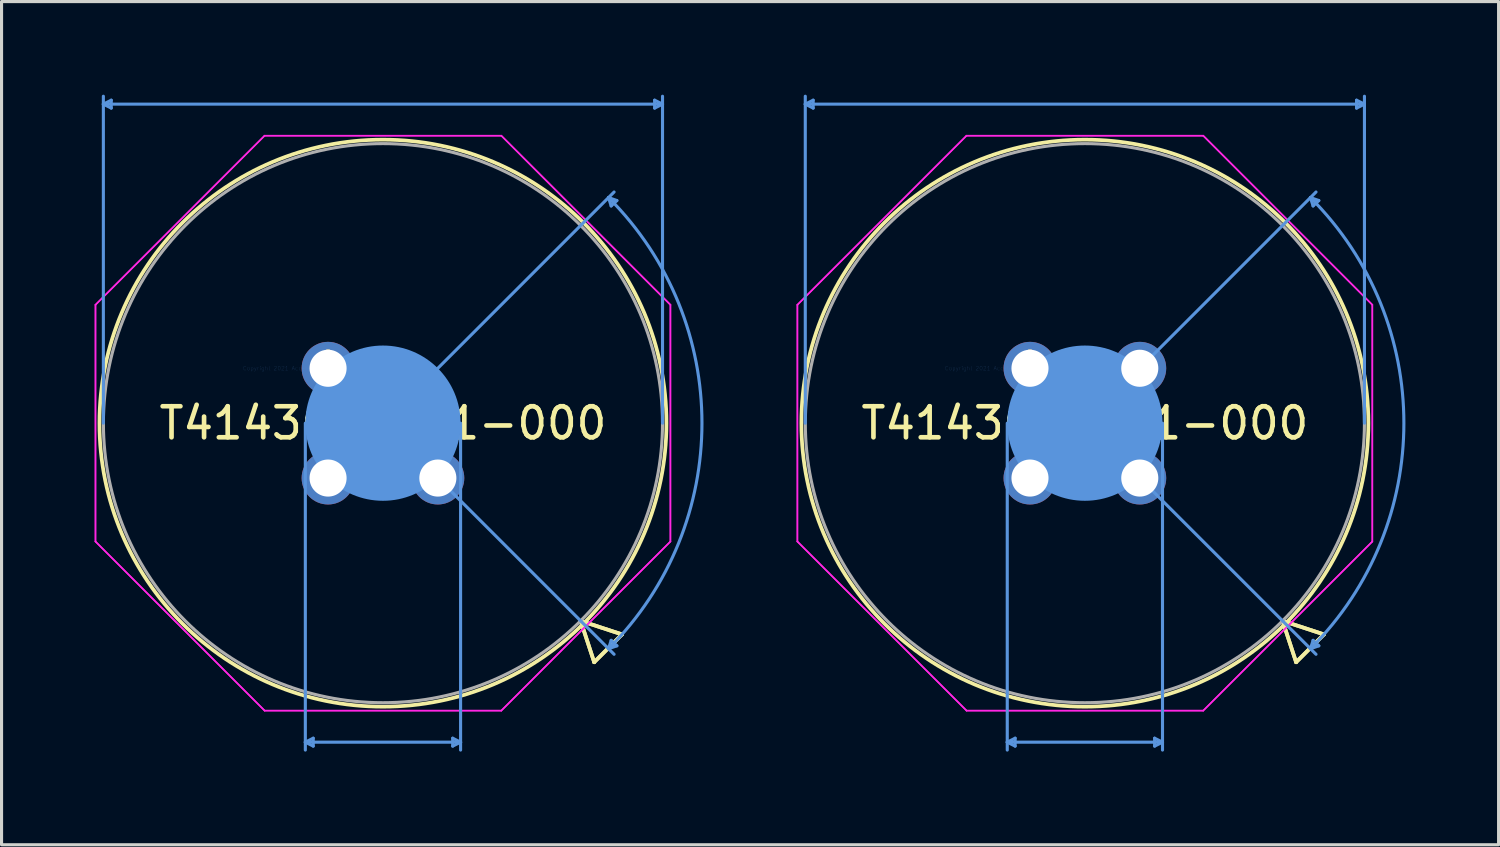
<source format=kicad_pcb>
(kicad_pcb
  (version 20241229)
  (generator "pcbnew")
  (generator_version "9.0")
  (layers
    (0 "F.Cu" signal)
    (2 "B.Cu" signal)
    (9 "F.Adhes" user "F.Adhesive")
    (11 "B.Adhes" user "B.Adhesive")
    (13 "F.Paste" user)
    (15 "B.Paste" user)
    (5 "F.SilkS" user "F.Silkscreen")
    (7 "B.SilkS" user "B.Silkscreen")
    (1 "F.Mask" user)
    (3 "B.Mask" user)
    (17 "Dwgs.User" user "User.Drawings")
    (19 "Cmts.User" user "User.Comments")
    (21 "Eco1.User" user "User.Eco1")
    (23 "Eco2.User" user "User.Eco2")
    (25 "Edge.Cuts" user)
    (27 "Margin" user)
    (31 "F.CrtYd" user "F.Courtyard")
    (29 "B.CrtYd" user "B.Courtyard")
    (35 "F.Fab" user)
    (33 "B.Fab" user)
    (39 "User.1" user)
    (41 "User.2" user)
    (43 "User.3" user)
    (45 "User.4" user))
  (footprint "T4143012031-000"
    (layer "F.Cu")
    (at 7.516 8.811)
    (property "Reference" "T4143012031-000" (at 1.768 1.768 0) (layer "F.SilkS") (effects (font (size 1 1) (thickness 0.15))))
    (attr through_hole)
    (fp_line (start 8.135 8.135) (end 9.467 8.571) (stroke (width 0.12) (type solid)) (layer "F.SilkS"))
    (fp_line (start 8.135 8.135) (end 9.467 8.571) (stroke (width 0.12) (type solid)) (layer "F.SilkS"))
    (fp_line (start 8.571 9.467) (end 8.135 8.135) (stroke (width 0.12) (type solid)) (layer "F.SilkS"))
    (fp_line (start 8.571 9.467) (end 8.135 8.135) (stroke (width 0.12) (type solid)) (layer "F.SilkS"))
    (fp_line (start 9.467 8.571) (end 8.571 9.467) (stroke (width 0.12) (type solid)) (layer "F.SilkS"))
    (fp_line (start 9.467 8.571) (end 8.571 9.467) (stroke (width 0.12) (type solid)) (layer "F.SilkS"))
    (fp_circle (center 1.768 1.768) (end 10.899 1.768) (stroke (width 0.12) (type solid)) (fill no) (layer "F.SilkS"))
    (fp_line (start -7.237 -8.507) (end -6.983 -8.38) (stroke (width 0.1) (type solid)) (layer "Cmts.User"))
    (fp_line (start -7.237 -8.507) (end 10.772 -8.507) (stroke (width 0.1) (type solid)) (layer "Cmts.User"))
    (fp_line (start -7.237 1.768) (end -7.237 -8.761) (stroke (width 0.1) (type solid)) (layer "Cmts.User"))
    (fp_line (start -6.983 -8.634) (end -7.237 -8.507) (stroke (width 0.1) (type solid)) (layer "Cmts.User"))
    (fp_line (start -6.983 -8.38) (end -6.983 -8.634) (stroke (width 0.1) (type solid)) (layer "Cmts.User"))
    (fp_line (start -0.732 1.768) (end -0.732 12.296) (stroke (width 0.1) (type solid)) (layer "Cmts.User"))
    (fp_line (start -0.732 12.042) (end -0.478 11.915) (stroke (width 0.1) (type solid)) (layer "Cmts.User"))
    (fp_line (start -0.732 12.042) (end 4.268 12.042) (stroke (width 0.1) (type solid)) (layer "Cmts.User"))
    (fp_line (start -0.478 11.915) (end -0.478 12.169) (stroke (width 0.1) (type solid)) (layer "Cmts.User"))
    (fp_line (start -0.478 12.169) (end -0.732 12.042) (stroke (width 0.1) (type solid)) (layer "Cmts.User"))
    (fp_line (start 1.768 1.768) (end 9.212 -5.677) (stroke (width 0.1) (type solid)) (layer "Cmts.User"))
    (fp_line (start 1.768 1.768) (end 9.212 9.212) (stroke (width 0.1) (type solid)) (layer "Cmts.User"))
    (fp_line (start 4.014 11.915) (end 4.014 12.169) (stroke (width 0.1) (type solid)) (layer "Cmts.User"))
    (fp_line (start 4.014 12.169) (end 4.268 12.042) (stroke (width 0.1) (type solid)) (layer "Cmts.User"))
    (fp_line (start 4.268 1.768) (end 4.268 12.296) (stroke (width 0.1) (type solid)) (layer "Cmts.User"))
    (fp_line (start 4.268 12.042) (end 4.014 11.915) (stroke (width 0.1) (type solid)) (layer "Cmts.User"))
    (fp_line (start 9.033 -5.497) (end 9.302 -5.403) (stroke (width 0.1) (type solid)) (layer "Cmts.User"))
    (fp_line (start 9.033 9.033) (end 9.302 8.939) (stroke (width 0.1) (type solid)) (layer "Cmts.User"))
    (fp_line (start 9.118 -5.228) (end 9.033 -5.497) (stroke (width 0.1) (type solid)) (layer "Cmts.User"))
    (fp_line (start 9.118 8.763) (end 9.033 9.033) (stroke (width 0.1) (type solid)) (layer "Cmts.User"))
    (fp_line (start 9.302 -5.403) (end 9.118 -5.228) (stroke (width 0.1) (type solid)) (layer "Cmts.User"))
    (fp_line (start 9.302 8.939) (end 9.118 8.763) (stroke (width 0.1) (type solid)) (layer "Cmts.User"))
    (fp_line (start 10.518 -8.634) (end 10.772 -8.507) (stroke (width 0.1) (type solid)) (layer "Cmts.User"))
    (fp_line (start 10.518 -8.38) (end 10.518 -8.634) (stroke (width 0.1) (type solid)) (layer "Cmts.User"))
    (fp_line (start 10.772 -8.507) (end 10.518 -8.38) (stroke (width 0.1) (type solid)) (layer "Cmts.User"))
    (fp_line (start 10.772 1.768) (end 10.772 -8.761) (stroke (width 0.1) (type solid)) (layer "Cmts.User"))
    (fp_arc (start 9.032794 -5.49726) (mid 12.042067 1.767767) (end 9.032794 9.032794) (stroke (width 0.1) (type solid)) (layer "Cmts.User"))
    (fp_circle (center 1.768 1.768) (end 4.268 1.768) (stroke (width 0) (type solid)) (fill yes) (layer "Cmts.User"))
    (fp_line (start -7.491 -2.044) (end -2.044 -7.491) (stroke (width 0.05) (type solid)) (layer "F.CrtYd"))
    (fp_line (start -7.491 -2.044) (end -2.044 -7.491) (stroke (width 0.05) (type solid)) (layer "F.CrtYd"))
    (fp_line (start -7.491 5.58) (end -7.491 -2.044) (stroke (width 0.05) (type solid)) (layer "F.CrtYd"))
    (fp_line (start -7.491 5.58) (end -7.491 -2.044) (stroke (width 0.05) (type solid)) (layer "F.CrtYd"))
    (fp_line (start -2.044 -7.491) (end 5.58 -7.491) (stroke (width 0.05) (type solid)) (layer "F.CrtYd"))
    (fp_line (start -2.044 -7.491) (end 5.58 -7.491) (stroke (width 0.05) (type solid)) (layer "F.CrtYd"))
    (fp_line (start -2.044 11.026) (end -7.491 5.58) (stroke (width 0.05) (type solid)) (layer "F.CrtYd"))
    (fp_line (start -2.044 11.026) (end -7.491 5.58) (stroke (width 0.05) (type solid)) (layer "F.CrtYd"))
    (fp_line (start 5.58 -7.491) (end 11.026 -2.044) (stroke (width 0.05) (type solid)) (layer "F.CrtYd"))
    (fp_line (start 5.58 -7.491) (end 11.026 -2.044) (stroke (width 0.05) (type solid)) (layer "F.CrtYd"))
    (fp_line (start 5.58 11.026) (end -2.044 11.026) (stroke (width 0.05) (type solid)) (layer "F.CrtYd"))
    (fp_line (start 5.58 11.026) (end -2.044 11.026) (stroke (width 0.05) (type solid)) (layer "F.CrtYd"))
    (fp_line (start 11.026 -2.044) (end 11.026 5.58) (stroke (width 0.05) (type solid)) (layer "F.CrtYd"))
    (fp_line (start 11.026 -2.044) (end 11.026 5.58) (stroke (width 0.05) (type solid)) (layer "F.CrtYd"))
    (fp_line (start 11.026 5.58) (end 5.58 11.026) (stroke (width 0.05) (type solid)) (layer "F.CrtYd"))
    (fp_line (start 11.026 5.58) (end 5.58 11.026) (stroke (width 0.05) (type solid)) (layer "F.CrtYd"))
    (fp_circle (center 1.768 1.768) (end 10.772 1.768) (stroke (width 0.1) (type solid)) (fill no) (layer "F.Fab"))
    (fp_text user "*" (at 0 0 0) (layer "F.SilkS") (effects (font (size 1 1) (thickness 0.15))))
    (fp_text user "Copyright 2021 Accelerated Designs. All rights reserved." (at 0 0 0) (layer "Cmts.User") (effects (font (size 0.127 0.127) (thickness 0.002))))
    (fp_text user "*" (at 0 0 0) (layer "F.Fab") (effects (font (size 1 1) (thickness 0.15))))
    (pad "1" thru_hole circle (at 3.536 3.536) (size 1.702 1.702) (drill 1.194) (layers "*.Cu" "*.Mask"))
    (pad "2" thru_hole circle (at 0.000001 3.536 90) (size 1.702 1.702) (drill 1.194) (layers "*.Cu" "*.Mask"))
    (pad "3" thru_hole circle (at 0.000001 0.000001) (size 1.702 1.702) (drill 1.194) (layers "*.Cu" "*.Mask")))
  (footprint "T4143012041-000"
    (layer "F.Cu")
    (at 30.123 8.811)
    (property "Reference" "T4143012041-000" (at 1.768 1.768 0) (layer "F.SilkS") (effects (font (size 1 1) (thickness 0.15))))
    (attr through_hole)
    (fp_line (start 8.135 8.135) (end 9.467 8.571) (stroke (width 0.12) (type solid)) (layer "F.SilkS"))
    (fp_line (start 8.135 8.135) (end 9.467 8.571) (stroke (width 0.12) (type solid)) (layer "F.SilkS"))
    (fp_line (start 8.571 9.467) (end 8.135 8.135) (stroke (width 0.12) (type solid)) (layer "F.SilkS"))
    (fp_line (start 8.571 9.467) (end 8.135 8.135) (stroke (width 0.12) (type solid)) (layer "F.SilkS"))
    (fp_line (start 9.467 8.571) (end 8.571 9.467) (stroke (width 0.12) (type solid)) (layer "F.SilkS"))
    (fp_line (start 9.467 8.571) (end 8.571 9.467) (stroke (width 0.12) (type solid)) (layer "F.SilkS"))
    (fp_circle (center 1.768 1.768) (end 10.899 1.768) (stroke (width 0.12) (type solid)) (fill no) (layer "F.SilkS"))
    (fp_line (start -7.237 -8.507) (end -6.983 -8.38) (stroke (width 0.1) (type solid)) (layer "Cmts.User"))
    (fp_line (start -7.237 -8.507) (end 10.772 -8.507) (stroke (width 0.1) (type solid)) (layer "Cmts.User"))
    (fp_line (start -7.237 1.768) (end -7.237 -8.761) (stroke (width 0.1) (type solid)) (layer "Cmts.User"))
    (fp_line (start -6.983 -8.634) (end -7.237 -8.507) (stroke (width 0.1) (type solid)) (layer "Cmts.User"))
    (fp_line (start -6.983 -8.38) (end -6.983 -8.634) (stroke (width 0.1) (type solid)) (layer "Cmts.User"))
    (fp_line (start -0.732 1.768) (end -0.732 12.296) (stroke (width 0.1) (type solid)) (layer "Cmts.User"))
    (fp_line (start -0.732 12.042) (end -0.478 11.915) (stroke (width 0.1) (type solid)) (layer "Cmts.User"))
    (fp_line (start -0.732 12.042) (end 4.268 12.042) (stroke (width 0.1) (type solid)) (layer "Cmts.User"))
    (fp_line (start -0.478 11.915) (end -0.478 12.169) (stroke (width 0.1) (type solid)) (layer "Cmts.User"))
    (fp_line (start -0.478 12.169) (end -0.732 12.042) (stroke (width 0.1) (type solid)) (layer "Cmts.User"))
    (fp_line (start 1.768 1.768) (end 9.212 -5.677) (stroke (width 0.1) (type solid)) (layer "Cmts.User"))
    (fp_line (start 1.768 1.768) (end 9.212 9.212) (stroke (width 0.1) (type solid)) (layer "Cmts.User"))
    (fp_line (start 4.014 11.915) (end 4.014 12.169) (stroke (width 0.1) (type solid)) (layer "Cmts.User"))
    (fp_line (start 4.014 12.169) (end 4.268 12.042) (stroke (width 0.1) (type solid)) (layer "Cmts.User"))
    (fp_line (start 4.268 1.768) (end 4.268 12.296) (stroke (width 0.1) (type solid)) (layer "Cmts.User"))
    (fp_line (start 4.268 12.042) (end 4.014 11.915) (stroke (width 0.1) (type solid)) (layer "Cmts.User"))
    (fp_line (start 9.033 -5.497) (end 9.302 -5.403) (stroke (width 0.1) (type solid)) (layer "Cmts.User"))
    (fp_line (start 9.033 9.033) (end 9.302 8.939) (stroke (width 0.1) (type solid)) (layer "Cmts.User"))
    (fp_line (start 9.118 -5.228) (end 9.033 -5.497) (stroke (width 0.1) (type solid)) (layer "Cmts.User"))
    (fp_line (start 9.118 8.763) (end 9.033 9.033) (stroke (width 0.1) (type solid)) (layer "Cmts.User"))
    (fp_line (start 9.302 -5.403) (end 9.118 -5.228) (stroke (width 0.1) (type solid)) (layer "Cmts.User"))
    (fp_line (start 9.302 8.939) (end 9.118 8.763) (stroke (width 0.1) (type solid)) (layer "Cmts.User"))
    (fp_line (start 10.518 -8.634) (end 10.772 -8.507) (stroke (width 0.1) (type solid)) (layer "Cmts.User"))
    (fp_line (start 10.518 -8.38) (end 10.518 -8.634) (stroke (width 0.1) (type solid)) (layer "Cmts.User"))
    (fp_line (start 10.772 -8.507) (end 10.518 -8.38) (stroke (width 0.1) (type solid)) (layer "Cmts.User"))
    (fp_line (start 10.772 1.768) (end 10.772 -8.761) (stroke (width 0.1) (type solid)) (layer "Cmts.User"))
    (fp_arc (start 9.032794 -5.49726) (mid 12.042067 1.767767) (end 9.032794 9.032794) (stroke (width 0.1) (type solid)) (layer "Cmts.User"))
    (fp_circle (center 1.768 1.768) (end 4.268 1.768) (stroke (width 0) (type solid)) (fill yes) (layer "Cmts.User"))
    (fp_line (start -7.491 -2.044) (end -2.044 -7.491) (stroke (width 0.05) (type solid)) (layer "F.CrtYd"))
    (fp_line (start -7.491 -2.044) (end -2.044 -7.491) (stroke (width 0.05) (type solid)) (layer "F.CrtYd"))
    (fp_line (start -7.491 5.58) (end -7.491 -2.044) (stroke (width 0.05) (type solid)) (layer "F.CrtYd"))
    (fp_line (start -7.491 5.58) (end -7.491 -2.044) (stroke (width 0.05) (type solid)) (layer "F.CrtYd"))
    (fp_line (start -2.044 -7.491) (end 5.58 -7.491) (stroke (width 0.05) (type solid)) (layer "F.CrtYd"))
    (fp_line (start -2.044 -7.491) (end 5.58 -7.491) (stroke (width 0.05) (type solid)) (layer "F.CrtYd"))
    (fp_line (start -2.044 11.026) (end -7.491 5.58) (stroke (width 0.05) (type solid)) (layer "F.CrtYd"))
    (fp_line (start -2.044 11.026) (end -7.491 5.58) (stroke (width 0.05) (type solid)) (layer "F.CrtYd"))
    (fp_line (start 5.58 -7.491) (end 11.026 -2.044) (stroke (width 0.05) (type solid)) (layer "F.CrtYd"))
    (fp_line (start 5.58 -7.491) (end 11.026 -2.044) (stroke (width 0.05) (type solid)) (layer "F.CrtYd"))
    (fp_line (start 5.58 11.026) (end -2.044 11.026) (stroke (width 0.05) (type solid)) (layer "F.CrtYd"))
    (fp_line (start 5.58 11.026) (end -2.044 11.026) (stroke (width 0.05) (type solid)) (layer "F.CrtYd"))
    (fp_line (start 11.026 -2.044) (end 11.026 5.58) (stroke (width 0.05) (type solid)) (layer "F.CrtYd"))
    (fp_line (start 11.026 -2.044) (end 11.026 5.58) (stroke (width 0.05) (type solid)) (layer "F.CrtYd"))
    (fp_line (start 11.026 5.58) (end 5.58 11.026) (stroke (width 0.05) (type solid)) (layer "F.CrtYd"))
    (fp_line (start 11.026 5.58) (end 5.58 11.026) (stroke (width 0.05) (type solid)) (layer "F.CrtYd"))
    (fp_circle (center 1.768 1.768) (end 10.772 1.768) (stroke (width 0.1) (type solid)) (fill no) (layer "F.Fab"))
    (fp_text user "*" (at 0 0 0) (layer "F.SilkS") (effects (font (size 1 1) (thickness 0.15))))
    (fp_text user "Copyright 2021 Accelerated Designs. All rights reserved." (at 0 0 0) (layer "Cmts.User") (effects (font (size 0.127 0.127) (thickness 0.002))))
    (fp_text user "*" (at 0 0 0) (layer "F.Fab") (effects (font (size 1 1) (thickness 0.15))))
    (pad "1" thru_hole circle (at 3.536 3.536) (size 1.702 1.702) (drill 1.194) (layers "*.Cu" "*.Mask"))
    (pad "2" thru_hole circle (at 0.000001 3.536 90) (size 1.702 1.702) (drill 1.194) (layers "*.Cu" "*.Mask"))
    (pad "3" thru_hole circle (at 0.000001 0.000001) (size 1.702 1.702) (drill 1.194) (layers "*.Cu" "*.Mask"))
    (pad "4" thru_hole circle (at 3.536 0.000001 90) (size 1.702 1.702) (drill 1.194) (layers "*.Cu" "*.Mask")))
  (gr_rect
    (start -3 -3)
    (end 45.215 24.157)
    (stroke (width 0.1) (type default))
    (fill no)
    (layer "Edge.Cuts")))
</source>
